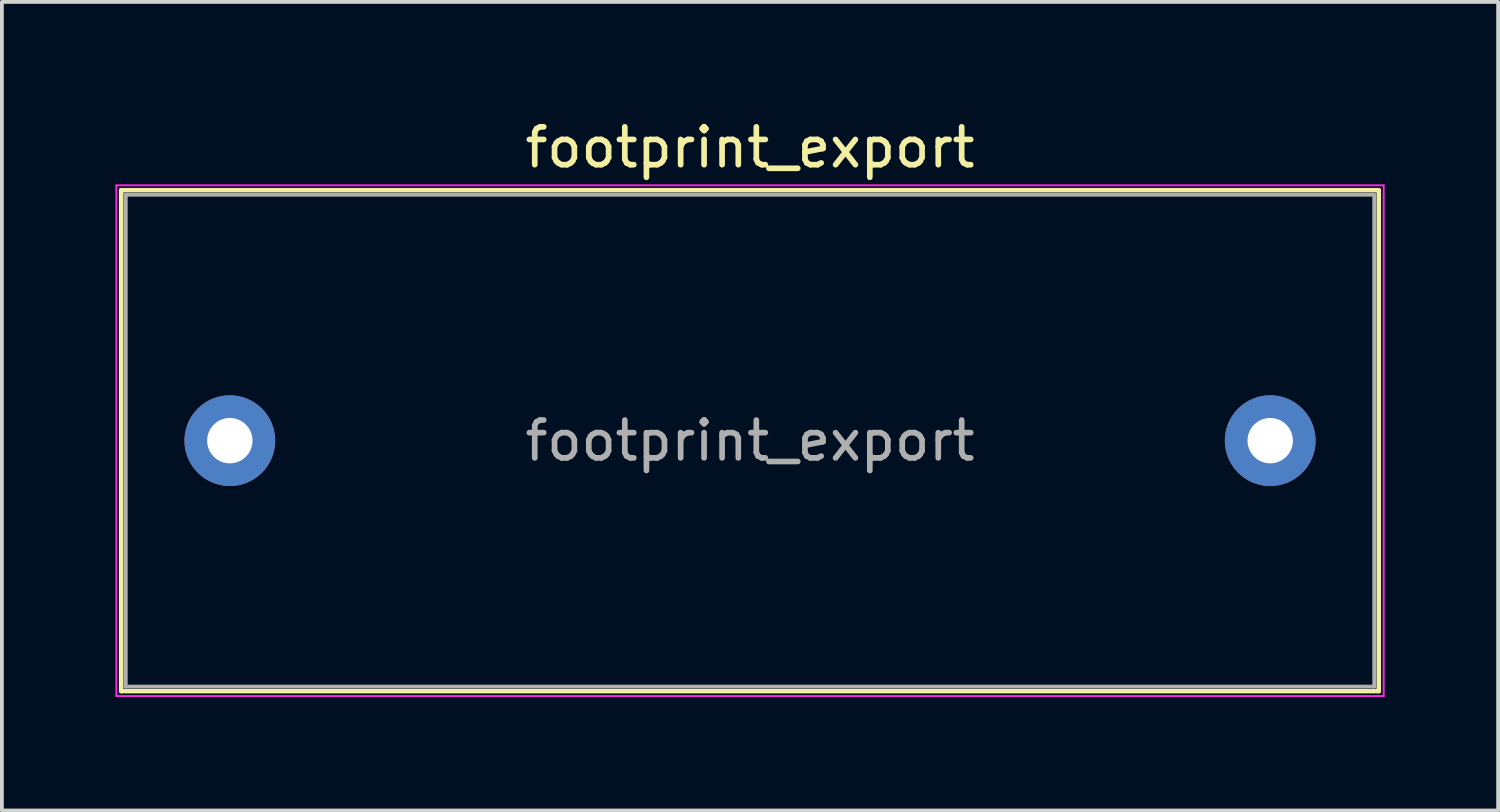
<source format=kicad_pcb>
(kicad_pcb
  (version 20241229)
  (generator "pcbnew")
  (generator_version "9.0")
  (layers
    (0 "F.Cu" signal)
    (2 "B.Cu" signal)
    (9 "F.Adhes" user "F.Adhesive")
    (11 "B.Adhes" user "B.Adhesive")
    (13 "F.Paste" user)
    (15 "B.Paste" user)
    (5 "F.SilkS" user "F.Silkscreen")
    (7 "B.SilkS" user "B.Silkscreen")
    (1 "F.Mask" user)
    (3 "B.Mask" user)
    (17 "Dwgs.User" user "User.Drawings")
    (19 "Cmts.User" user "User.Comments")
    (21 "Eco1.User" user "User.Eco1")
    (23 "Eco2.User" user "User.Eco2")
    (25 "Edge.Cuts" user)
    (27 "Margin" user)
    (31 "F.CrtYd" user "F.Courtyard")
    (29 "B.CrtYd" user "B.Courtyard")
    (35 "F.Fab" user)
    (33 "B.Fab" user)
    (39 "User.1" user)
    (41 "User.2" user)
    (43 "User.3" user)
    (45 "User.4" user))
  (footprint "footprint_export"
    (layer "F.Cu")
    (at 3.025 8.598)
    (property "Reference" "footprint_export" (at 13.75 -7.75 0) (layer "F.SilkS") (effects (font (size 1 1) (thickness 0.15))))
    (attr through_hole)
    (fp_line (start -2.87 -6.62) (end -2.87 6.62) (stroke (width 0.12) (type solid)) (layer "F.SilkS"))
    (fp_line (start -2.87 -6.62) (end 30.37 -6.62) (stroke (width 0.12) (type solid)) (layer "F.SilkS"))
    (fp_line (start -2.87 6.62) (end 30.37 6.62) (stroke (width 0.12) (type solid)) (layer "F.SilkS"))
    (fp_line (start 30.37 -6.62) (end 30.37 6.62) (stroke (width 0.12) (type solid)) (layer "F.SilkS"))
    (fp_line (start -3 -6.75) (end -3 6.75) (stroke (width 0.05) (type solid)) (layer "F.CrtYd"))
    (fp_line (start -3 6.75) (end 30.5 6.75) (stroke (width 0.05) (type solid)) (layer "F.CrtYd"))
    (fp_line (start 30.5 -6.75) (end -3 -6.75) (stroke (width 0.05) (type solid)) (layer "F.CrtYd"))
    (fp_line (start 30.5 6.75) (end 30.5 -6.75) (stroke (width 0.05) (type solid)) (layer "F.CrtYd"))
    (fp_line (start -2.75 -6.5) (end -2.75 6.5) (stroke (width 0.1) (type solid)) (layer "F.Fab"))
    (fp_line (start -2.75 6.5) (end 30.25 6.5) (stroke (width 0.1) (type solid)) (layer "F.Fab"))
    (fp_line (start 30.25 -6.5) (end -2.75 -6.5) (stroke (width 0.1) (type solid)) (layer "F.Fab"))
    (fp_line (start 30.25 6.5) (end 30.25 -6.5) (stroke (width 0.1) (type solid)) (layer "F.Fab"))
    (fp_text user "${REFERENCE}" (at 13.75 0 0) (layer "F.Fab") (effects (font (size 1 1) (thickness 0.15))))
    (pad "1" thru_hole circle (at 0 0) (size 2.4 2.4) (drill 1.2) (layers "*.Cu" "*.Mask"))
    (pad "2" thru_hole circle (at 27.5 0) (size 2.4 2.4) (drill 1.2) (layers "*.Cu" "*.Mask")))
  (gr_rect
    (start -3 -3)
    (end 36.55 18.373)
    (stroke (width 0.1) (type default))
    (fill no)
    (layer "Edge.Cuts")))
</source>
